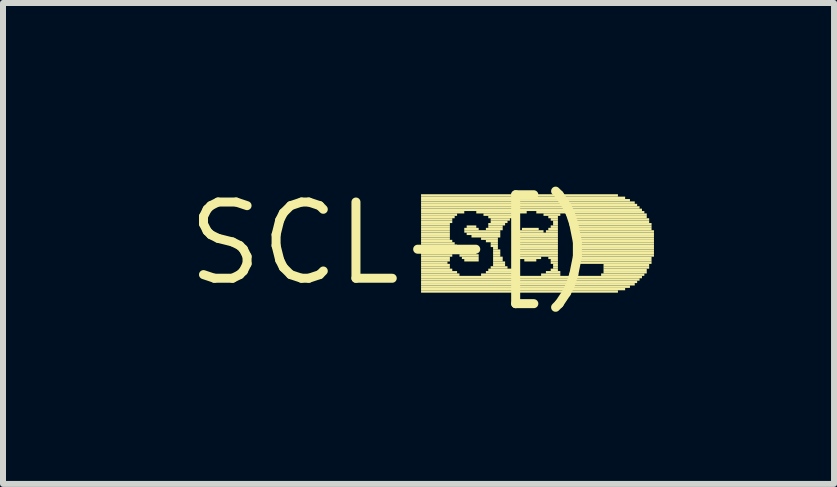
<source format=kicad_pcb>
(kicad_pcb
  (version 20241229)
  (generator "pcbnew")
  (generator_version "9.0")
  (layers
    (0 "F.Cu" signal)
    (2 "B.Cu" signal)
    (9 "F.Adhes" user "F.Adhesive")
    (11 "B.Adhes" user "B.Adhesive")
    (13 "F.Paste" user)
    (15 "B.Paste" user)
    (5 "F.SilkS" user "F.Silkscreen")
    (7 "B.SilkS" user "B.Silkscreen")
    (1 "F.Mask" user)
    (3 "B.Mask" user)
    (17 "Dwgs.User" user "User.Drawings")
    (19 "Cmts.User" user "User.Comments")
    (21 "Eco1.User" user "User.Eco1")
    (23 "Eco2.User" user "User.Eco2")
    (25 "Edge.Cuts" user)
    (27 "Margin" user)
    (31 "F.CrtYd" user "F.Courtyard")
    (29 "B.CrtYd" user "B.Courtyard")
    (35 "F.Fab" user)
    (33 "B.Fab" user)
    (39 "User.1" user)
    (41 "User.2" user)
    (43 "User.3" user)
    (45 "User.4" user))
  (footprint "SCL-[)"
    (layer "F.Cu")
    (at 3.485 1.006)
    (property "Reference" "SCL-[)" (at 0 0 0) (layer "F.SilkS") (effects (font (size 1.27 1.27) (thickness 0.15))))
    (fp_poly (pts (xy 0.48 -0.78) (xy 3.76 -0.78) (xy 3.76 -0.82) (xy 0.48 -0.82)) (stroke (width 0) (type default)) (fill yes) (layer "F.SilkS"))
    (fp_poly (pts (xy 0.48 -0.74) (xy 3.88 -0.74) (xy 3.88 -0.78) (xy 0.48 -0.78)) (stroke (width 0) (type default)) (fill yes) (layer "F.SilkS"))
    (fp_poly (pts (xy 0.48 -0.7) (xy 3.96 -0.7) (xy 3.96 -0.74) (xy 0.48 -0.74)) (stroke (width 0) (type default)) (fill yes) (layer "F.SilkS"))
    (fp_poly (pts (xy 0.48 -0.66) (xy 4.04 -0.66) (xy 4.04 -0.7) (xy 0.48 -0.7)) (stroke (width 0) (type default)) (fill yes) (layer "F.SilkS"))
    (fp_poly (pts (xy 0.48 -0.62) (xy 4.08 -0.62) (xy 4.08 -0.66) (xy 0.48 -0.66)) (stroke (width 0) (type default)) (fill yes) (layer "F.SilkS"))
    (fp_poly (pts (xy 0.48 -0.58) (xy 4.12 -0.58) (xy 4.12 -0.62) (xy 0.48 -0.62)) (stroke (width 0) (type default)) (fill yes) (layer "F.SilkS"))
    (fp_poly (pts (xy 0.48 -0.54) (xy 4.16 -0.54) (xy 4.16 -0.58) (xy 0.48 -0.58)) (stroke (width 0) (type default)) (fill yes) (layer "F.SilkS"))
    (fp_poly (pts (xy 0.48 -0.5) (xy 1.2 -0.5) (xy 1.2 -0.54) (xy 0.48 -0.54)) (stroke (width 0) (type default)) (fill yes) (layer "F.SilkS"))
    (fp_poly (pts (xy 0.48 -0.46) (xy 1.08 -0.46) (xy 1.08 -0.5) (xy 0.48 -0.5)) (stroke (width 0) (type default)) (fill yes) (layer "F.SilkS"))
    (fp_poly (pts (xy 0.48 -0.42) (xy 1.04 -0.42) (xy 1.04 -0.46) (xy 0.48 -0.46)) (stroke (width 0) (type default)) (fill yes) (layer "F.SilkS"))
    (fp_poly (pts (xy 0.48 -0.38) (xy 1 -0.38) (xy 1 -0.42) (xy 0.48 -0.42)) (stroke (width 0) (type default)) (fill yes) (layer "F.SilkS"))
    (fp_poly (pts (xy 0.48 -0.34) (xy 1 -0.34) (xy 1 -0.38) (xy 0.48 -0.38)) (stroke (width 0) (type default)) (fill yes) (layer "F.SilkS"))
    (fp_poly (pts (xy 0.48 -0.3) (xy 0.96 -0.3) (xy 0.96 -0.34) (xy 0.48 -0.34)) (stroke (width 0) (type default)) (fill yes) (layer "F.SilkS"))
    (fp_poly (pts (xy 0.48 -0.26) (xy 0.96 -0.26) (xy 0.96 -0.3) (xy 0.48 -0.3)) (stroke (width 0) (type default)) (fill yes) (layer "F.SilkS"))
    (fp_poly (pts (xy 0.48 -0.22) (xy 0.96 -0.22) (xy 0.96 -0.26) (xy 0.48 -0.26)) (stroke (width 0) (type default)) (fill yes) (layer "F.SilkS"))
    (fp_poly (pts (xy 0.48 -0.18) (xy 0.96 -0.18) (xy 0.96 -0.22) (xy 0.48 -0.22)) (stroke (width 0) (type default)) (fill yes) (layer "F.SilkS"))
    (fp_poly (pts (xy 0.48 -0.14) (xy 0.96 -0.14) (xy 0.96 -0.18) (xy 0.48 -0.18)) (stroke (width 0) (type default)) (fill yes) (layer "F.SilkS"))
    (fp_poly (pts (xy 0.48 -0.1) (xy 0.96 -0.1) (xy 0.96 -0.14) (xy 0.48 -0.14)) (stroke (width 0) (type default)) (fill yes) (layer "F.SilkS"))
    (fp_poly (pts (xy 0.48 -0.06) (xy 0.96 -0.06) (xy 0.96 -0.1) (xy 0.48 -0.1)) (stroke (width 0) (type default)) (fill yes) (layer "F.SilkS"))
    (fp_poly (pts (xy 0.48 -0.02) (xy 1 -0.02) (xy 1 -0.06) (xy 0.48 -0.06)) (stroke (width 0) (type default)) (fill yes) (layer "F.SilkS"))
    (fp_poly (pts (xy 0.48 0.02) (xy 1.04 0.02) (xy 1.04 -0.02) (xy 0.48 -0.02)) (stroke (width 0) (type default)) (fill yes) (layer "F.SilkS"))
    (fp_poly (pts (xy 0.48 0.06) (xy 1.08 0.06) (xy 1.08 0.02) (xy 0.48 0.02)) (stroke (width 0) (type default)) (fill yes) (layer "F.SilkS"))
    (fp_poly (pts (xy 0.48 0.1) (xy 1.16 0.1) (xy 1.16 0.06) (xy 0.48 0.06)) (stroke (width 0) (type default)) (fill yes) (layer "F.SilkS"))
    (fp_poly (pts (xy 0.48 0.14) (xy 1.32 0.14) (xy 1.32 0.1) (xy 0.48 0.1)) (stroke (width 0) (type default)) (fill yes) (layer "F.SilkS"))
    (fp_poly (pts (xy 0.48 0.18) (xy 1.4 0.18) (xy 1.4 0.14) (xy 0.48 0.14)) (stroke (width 0) (type default)) (fill yes) (layer "F.SilkS"))
    (fp_poly (pts (xy 0.48 0.22) (xy 1 0.22) (xy 1 0.18) (xy 0.48 0.18)) (stroke (width 0) (type default)) (fill yes) (layer "F.SilkS"))
    (fp_poly (pts (xy 0.48 0.26) (xy 0.96 0.26) (xy 0.96 0.22) (xy 0.48 0.22)) (stroke (width 0) (type default)) (fill yes) (layer "F.SilkS"))
    (fp_poly (pts (xy 0.48 0.3) (xy 0.96 0.3) (xy 0.96 0.26) (xy 0.48 0.26)) (stroke (width 0) (type default)) (fill yes) (layer "F.SilkS"))
    (fp_poly (pts (xy 0.48 0.34) (xy 0.92 0.34) (xy 0.92 0.3) (xy 0.48 0.3)) (stroke (width 0) (type default)) (fill yes) (layer "F.SilkS"))
    (fp_poly (pts (xy 0.48 0.38) (xy 0.96 0.38) (xy 0.96 0.34) (xy 0.48 0.34)) (stroke (width 0) (type default)) (fill yes) (layer "F.SilkS"))
    (fp_poly (pts (xy 0.48 0.42) (xy 0.96 0.42) (xy 0.96 0.38) (xy 0.48 0.38)) (stroke (width 0) (type default)) (fill yes) (layer "F.SilkS"))
    (fp_poly (pts (xy 0.48 0.46) (xy 1 0.46) (xy 1 0.42) (xy 0.48 0.42)) (stroke (width 0) (type default)) (fill yes) (layer "F.SilkS"))
    (fp_poly (pts (xy 0.48 0.5) (xy 1.08 0.5) (xy 1.08 0.46) (xy 0.48 0.46)) (stroke (width 0) (type default)) (fill yes) (layer "F.SilkS"))
    (fp_poly (pts (xy 0.48 0.54) (xy 1.12 0.54) (xy 1.12 0.5) (xy 0.48 0.5)) (stroke (width 0) (type default)) (fill yes) (layer "F.SilkS"))
    (fp_poly (pts (xy 0.48 0.58) (xy 4.16 0.58) (xy 4.16 0.54) (xy 0.48 0.54)) (stroke (width 0) (type default)) (fill yes) (layer "F.SilkS"))
    (fp_poly (pts (xy 0.48 0.62) (xy 4.12 0.62) (xy 4.12 0.58) (xy 0.48 0.58)) (stroke (width 0) (type default)) (fill yes) (layer "F.SilkS"))
    (fp_poly (pts (xy 0.48 0.66) (xy 4.08 0.66) (xy 4.08 0.62) (xy 0.48 0.62)) (stroke (width 0) (type default)) (fill yes) (layer "F.SilkS"))
    (fp_poly (pts (xy 0.48 0.7) (xy 4.04 0.7) (xy 4.04 0.66) (xy 0.48 0.66)) (stroke (width 0) (type default)) (fill yes) (layer "F.SilkS"))
    (fp_poly (pts (xy 0.48 0.74) (xy 3.96 0.74) (xy 3.96 0.7) (xy 0.48 0.7)) (stroke (width 0) (type default)) (fill yes) (layer "F.SilkS"))
    (fp_poly (pts (xy 0.48 0.78) (xy 3.88 0.78) (xy 3.88 0.74) (xy 0.48 0.74)) (stroke (width 0) (type default)) (fill yes) (layer "F.SilkS"))
    (fp_poly (pts (xy 0.48 0.82) (xy 3.76 0.82) (xy 3.76 0.78) (xy 0.48 0.78)) (stroke (width 0) (type default)) (fill yes) (layer "F.SilkS"))
    (fp_poly (pts (xy 1.12 0.22) (xy 1.44 0.22) (xy 1.44 0.18) (xy 1.12 0.18)) (stroke (width 0) (type default)) (fill yes) (layer "F.SilkS"))
    (fp_poly (pts (xy 1.16 0.26) (xy 1.44 0.26) (xy 1.44 0.22) (xy 1.16 0.22)) (stroke (width 0) (type default)) (fill yes) (layer "F.SilkS"))
    (fp_poly (pts (xy 1.2 -0.22) (xy 1.44 -0.22) (xy 1.44 -0.26) (xy 1.2 -0.26)) (stroke (width 0) (type default)) (fill yes) (layer "F.SilkS"))
    (fp_poly (pts (xy 1.2 -0.18) (xy 1.8 -0.18) (xy 1.8 -0.22) (xy 1.2 -0.22)) (stroke (width 0) (type default)) (fill yes) (layer "F.SilkS"))
    (fp_poly (pts (xy 1.2 0.3) (xy 1.44 0.3) (xy 1.44 0.26) (xy 1.2 0.26)) (stroke (width 0) (type default)) (fill yes) (layer "F.SilkS"))
    (fp_poly (pts (xy 1.24 -0.26) (xy 1.4 -0.26) (xy 1.4 -0.3) (xy 1.24 -0.3)) (stroke (width 0) (type default)) (fill yes) (layer "F.SilkS"))
    (fp_poly (pts (xy 1.24 -0.14) (xy 1.8 -0.14) (xy 1.8 -0.18) (xy 1.24 -0.18)) (stroke (width 0) (type default)) (fill yes) (layer "F.SilkS"))
    (fp_poly (pts (xy 1.32 -0.1) (xy 1.8 -0.1) (xy 1.8 -0.14) (xy 1.32 -0.14)) (stroke (width 0) (type default)) (fill yes) (layer "F.SilkS"))
    (fp_poly (pts (xy 1.4 -0.5) (xy 2.24 -0.5) (xy 2.24 -0.54) (xy 1.4 -0.54)) (stroke (width 0) (type default)) (fill yes) (layer "F.SilkS"))
    (fp_poly (pts (xy 1.48 -0.06) (xy 1.76 -0.06) (xy 1.76 -0.1) (xy 1.48 -0.1)) (stroke (width 0) (type default)) (fill yes) (layer "F.SilkS"))
    (fp_poly (pts (xy 1.48 0.54) (xy 2.12 0.54) (xy 2.12 0.5) (xy 1.48 0.5)) (stroke (width 0) (type default)) (fill yes) (layer "F.SilkS"))
    (fp_poly (pts (xy 1.52 -0.46) (xy 2.12 -0.46) (xy 2.12 -0.5) (xy 1.52 -0.5)) (stroke (width 0) (type default)) (fill yes) (layer "F.SilkS"))
    (fp_poly (pts (xy 1.56 -0.22) (xy 1.84 -0.22) (xy 1.84 -0.26) (xy 1.56 -0.26)) (stroke (width 0) (type default)) (fill yes) (layer "F.SilkS"))
    (fp_poly (pts (xy 1.56 -0.02) (xy 1.76 -0.02) (xy 1.76 -0.06) (xy 1.56 -0.06)) (stroke (width 0) (type default)) (fill yes) (layer "F.SilkS"))
    (fp_poly (pts (xy 1.56 0.5) (xy 2.04 0.5) (xy 2.04 0.46) (xy 1.56 0.46)) (stroke (width 0) (type default)) (fill yes) (layer "F.SilkS"))
    (fp_poly (pts (xy 1.6 -0.42) (xy 2.04 -0.42) (xy 2.04 -0.46) (xy 1.6 -0.46)) (stroke (width 0) (type default)) (fill yes) (layer "F.SilkS"))
    (fp_poly (pts (xy 1.6 -0.3) (xy 1.88 -0.3) (xy 1.88 -0.34) (xy 1.6 -0.34)) (stroke (width 0) (type default)) (fill yes) (layer "F.SilkS"))
    (fp_poly (pts (xy 1.6 -0.26) (xy 1.84 -0.26) (xy 1.84 -0.3) (xy 1.6 -0.3)) (stroke (width 0) (type default)) (fill yes) (layer "F.SilkS"))
    (fp_poly (pts (xy 1.6 0.46) (xy 2 0.46) (xy 2 0.42) (xy 1.6 0.42)) (stroke (width 0) (type default)) (fill yes) (layer "F.SilkS"))
    (fp_poly (pts (xy 1.64 -0.38) (xy 1.96 -0.38) (xy 1.96 -0.42) (xy 1.64 -0.42)) (stroke (width 0) (type default)) (fill yes) (layer "F.SilkS"))
    (fp_poly (pts (xy 1.64 -0.34) (xy 1.92 -0.34) (xy 1.92 -0.38) (xy 1.64 -0.38)) (stroke (width 0) (type default)) (fill yes) (layer "F.SilkS"))
    (fp_poly (pts (xy 1.64 0.02) (xy 1.76 0.02) (xy 1.76 -0.02) (xy 1.64 -0.02)) (stroke (width 0) (type default)) (fill yes) (layer "F.SilkS"))
    (fp_poly (pts (xy 1.64 0.06) (xy 1.76 0.06) (xy 1.76 0.02) (xy 1.64 0.02)) (stroke (width 0) (type default)) (fill yes) (layer "F.SilkS"))
    (fp_poly (pts (xy 1.64 0.42) (xy 1.92 0.42) (xy 1.92 0.38) (xy 1.64 0.38)) (stroke (width 0) (type default)) (fill yes) (layer "F.SilkS"))
    (fp_poly (pts (xy 1.68 0.1) (xy 1.76 0.1) (xy 1.76 0.06) (xy 1.68 0.06)) (stroke (width 0) (type default)) (fill yes) (layer "F.SilkS"))
    (fp_poly (pts (xy 1.68 0.14) (xy 1.8 0.14) (xy 1.8 0.1) (xy 1.68 0.1)) (stroke (width 0) (type default)) (fill yes) (layer "F.SilkS"))
    (fp_poly (pts (xy 1.68 0.18) (xy 1.8 0.18) (xy 1.8 0.14) (xy 1.68 0.14)) (stroke (width 0) (type default)) (fill yes) (layer "F.SilkS"))
    (fp_poly (pts (xy 1.68 0.22) (xy 1.8 0.22) (xy 1.8 0.18) (xy 1.68 0.18)) (stroke (width 0) (type default)) (fill yes) (layer "F.SilkS"))
    (fp_poly (pts (xy 1.68 0.26) (xy 1.84 0.26) (xy 1.84 0.22) (xy 1.68 0.22)) (stroke (width 0) (type default)) (fill yes) (layer "F.SilkS"))
    (fp_poly (pts (xy 1.68 0.3) (xy 1.84 0.3) (xy 1.84 0.26) (xy 1.68 0.26)) (stroke (width 0) (type default)) (fill yes) (layer "F.SilkS"))
    (fp_poly (pts (xy 1.68 0.34) (xy 1.88 0.34) (xy 1.88 0.3) (xy 1.68 0.3)) (stroke (width 0) (type default)) (fill yes) (layer "F.SilkS"))
    (fp_poly (pts (xy 1.68 0.38) (xy 1.88 0.38) (xy 1.88 0.34) (xy 1.68 0.34)) (stroke (width 0) (type default)) (fill yes) (layer "F.SilkS"))
    (fp_poly (pts (xy 2.04 -0.1) (xy 2.76 -0.1) (xy 2.76 -0.14) (xy 2.04 -0.14)) (stroke (width 0) (type default)) (fill yes) (layer "F.SilkS"))
    (fp_poly (pts (xy 2.04 -0.06) (xy 2.76 -0.06) (xy 2.76 -0.1) (xy 2.04 -0.1)) (stroke (width 0) (type default)) (fill yes) (layer "F.SilkS"))
    (fp_poly (pts (xy 2.04 -0.02) (xy 2.76 -0.02) (xy 2.76 -0.06) (xy 2.04 -0.06)) (stroke (width 0) (type default)) (fill yes) (layer "F.SilkS"))
    (fp_poly (pts (xy 2.04 0.02) (xy 2.76 0.02) (xy 2.76 -0.02) (xy 2.04 -0.02)) (stroke (width 0) (type default)) (fill yes) (layer "F.SilkS"))
    (fp_poly (pts (xy 2.04 0.06) (xy 2.76 0.06) (xy 2.76 0.02) (xy 2.04 0.02)) (stroke (width 0) (type default)) (fill yes) (layer "F.SilkS"))
    (fp_poly (pts (xy 2.04 0.1) (xy 2.76 0.1) (xy 2.76 0.06) (xy 2.04 0.06)) (stroke (width 0) (type default)) (fill yes) (layer "F.SilkS"))
    (fp_poly (pts (xy 2.04 0.14) (xy 2.76 0.14) (xy 2.76 0.1) (xy 2.04 0.1)) (stroke (width 0) (type default)) (fill yes) (layer "F.SilkS"))
    (fp_poly (pts (xy 2.04 0.18) (xy 2.76 0.18) (xy 2.76 0.14) (xy 2.04 0.14)) (stroke (width 0) (type default)) (fill yes) (layer "F.SilkS"))
    (fp_poly (pts (xy 2.08 -0.14) (xy 2.76 -0.14) (xy 2.76 -0.18) (xy 2.08 -0.18)) (stroke (width 0) (type default)) (fill yes) (layer "F.SilkS"))
    (fp_poly (pts (xy 2.08 0.22) (xy 2.76 0.22) (xy 2.76 0.18) (xy 2.08 0.18)) (stroke (width 0) (type default)) (fill yes) (layer "F.SilkS"))
    (fp_poly (pts (xy 2.12 -0.18) (xy 2.52 -0.18) (xy 2.52 -0.22) (xy 2.12 -0.22)) (stroke (width 0) (type default)) (fill yes) (layer "F.SilkS"))
    (fp_poly (pts (xy 2.12 0.26) (xy 2.48 0.26) (xy 2.48 0.22) (xy 2.12 0.22)) (stroke (width 0) (type default)) (fill yes) (layer "F.SilkS"))
    (fp_poly (pts (xy 2.16 -0.22) (xy 2.44 -0.22) (xy 2.44 -0.26) (xy 2.16 -0.26)) (stroke (width 0) (type default)) (fill yes) (layer "F.SilkS"))
    (fp_poly (pts (xy 2.2 0.3) (xy 2.4 0.3) (xy 2.4 0.26) (xy 2.2 0.26)) (stroke (width 0) (type default)) (fill yes) (layer "F.SilkS"))
    (fp_poly (pts (xy 2.4 -0.5) (xy 4.2 -0.5) (xy 4.2 -0.54) (xy 2.4 -0.54)) (stroke (width 0) (type default)) (fill yes) (layer "F.SilkS"))
    (fp_poly (pts (xy 2.48 0.54) (xy 2.8 0.54) (xy 2.8 0.5) (xy 2.48 0.5)) (stroke (width 0) (type default)) (fill yes) (layer "F.SilkS"))
    (fp_poly (pts (xy 2.52 -0.46) (xy 2.8 -0.46) (xy 2.8 -0.5) (xy 2.52 -0.5)) (stroke (width 0) (type default)) (fill yes) (layer "F.SilkS"))
    (fp_poly (pts (xy 2.56 -0.18) (xy 2.76 -0.18) (xy 2.76 -0.22) (xy 2.56 -0.22)) (stroke (width 0) (type default)) (fill yes) (layer "F.SilkS"))
    (fp_poly (pts (xy 2.56 0.5) (xy 2.8 0.5) (xy 2.8 0.46) (xy 2.56 0.46)) (stroke (width 0) (type default)) (fill yes) (layer "F.SilkS"))
    (fp_poly (pts (xy 2.6 -0.42) (xy 2.76 -0.42) (xy 2.76 -0.46) (xy 2.6 -0.46)) (stroke (width 0) (type default)) (fill yes) (layer "F.SilkS"))
    (fp_poly (pts (xy 2.6 -0.22) (xy 2.76 -0.22) (xy 2.76 -0.26) (xy 2.6 -0.26)) (stroke (width 0) (type default)) (fill yes) (layer "F.SilkS"))
    (fp_poly (pts (xy 2.6 0.26) (xy 2.76 0.26) (xy 2.76 0.22) (xy 2.6 0.22)) (stroke (width 0) (type default)) (fill yes) (layer "F.SilkS"))
    (fp_poly (pts (xy 2.64 -0.38) (xy 2.76 -0.38) (xy 2.76 -0.42) (xy 2.64 -0.42)) (stroke (width 0) (type default)) (fill yes) (layer "F.SilkS"))
    (fp_poly (pts (xy 2.64 -0.26) (xy 2.76 -0.26) (xy 2.76 -0.3) (xy 2.64 -0.3)) (stroke (width 0) (type default)) (fill yes) (layer "F.SilkS"))
    (fp_poly (pts (xy 2.64 0.3) (xy 2.76 0.3) (xy 2.76 0.26) (xy 2.64 0.26)) (stroke (width 0) (type default)) (fill yes) (layer "F.SilkS"))
    (fp_poly (pts (xy 2.64 0.34) (xy 2.76 0.34) (xy 2.76 0.3) (xy 2.64 0.3)) (stroke (width 0) (type default)) (fill yes) (layer "F.SilkS"))
    (fp_poly (pts (xy 2.64 0.46) (xy 2.76 0.46) (xy 2.76 0.42) (xy 2.64 0.42)) (stroke (width 0) (type default)) (fill yes) (layer "F.SilkS"))
    (fp_poly (pts (xy 2.68 -0.34) (xy 2.76 -0.34) (xy 2.76 -0.38) (xy 2.68 -0.38)) (stroke (width 0) (type default)) (fill yes) (layer "F.SilkS"))
    (fp_poly (pts (xy 2.68 -0.3) (xy 2.76 -0.3) (xy 2.76 -0.34) (xy 2.68 -0.34)) (stroke (width 0) (type default)) (fill yes) (layer "F.SilkS"))
    (fp_poly (pts (xy 2.68 0.38) (xy 2.76 0.38) (xy 2.76 0.34) (xy 2.68 0.34)) (stroke (width 0) (type default)) (fill yes) (layer "F.SilkS"))
    (fp_poly (pts (xy 2.68 0.42) (xy 2.76 0.42) (xy 2.76 0.38) (xy 2.68 0.38)) (stroke (width 0) (type default)) (fill yes) (layer "F.SilkS"))
    (fp_poly (pts (xy 3 -0.46) (xy 4.24 -0.46) (xy 4.24 -0.5) (xy 3 -0.5)) (stroke (width 0) (type default)) (fill yes) (layer "F.SilkS"))
    (fp_poly (pts (xy 3 -0.42) (xy 4.24 -0.42) (xy 4.24 -0.46) (xy 3 -0.46)) (stroke (width 0) (type default)) (fill yes) (layer "F.SilkS"))
    (fp_poly (pts (xy 3.04 -0.38) (xy 4.28 -0.38) (xy 4.28 -0.42) (xy 3.04 -0.42)) (stroke (width 0) (type default)) (fill yes) (layer "F.SilkS"))
    (fp_poly (pts (xy 3.04 -0.34) (xy 4.28 -0.34) (xy 4.28 -0.38) (xy 3.04 -0.38)) (stroke (width 0) (type default)) (fill yes) (layer "F.SilkS"))
    (fp_poly (pts (xy 3.04 -0.3) (xy 4.32 -0.3) (xy 4.32 -0.34) (xy 3.04 -0.34)) (stroke (width 0) (type default)) (fill yes) (layer "F.SilkS"))
    (fp_poly (pts (xy 3.04 -0.26) (xy 4.32 -0.26) (xy 4.32 -0.3) (xy 3.04 -0.3)) (stroke (width 0) (type default)) (fill yes) (layer "F.SilkS"))
    (fp_poly (pts (xy 3.04 -0.22) (xy 4.32 -0.22) (xy 4.32 -0.26) (xy 3.04 -0.26)) (stroke (width 0) (type default)) (fill yes) (layer "F.SilkS"))
    (fp_poly (pts (xy 3.04 -0.18) (xy 4.36 -0.18) (xy 4.36 -0.22) (xy 3.04 -0.22)) (stroke (width 0) (type default)) (fill yes) (layer "F.SilkS"))
    (fp_poly (pts (xy 3.04 -0.14) (xy 4.36 -0.14) (xy 4.36 -0.18) (xy 3.04 -0.18)) (stroke (width 0) (type default)) (fill yes) (layer "F.SilkS"))
    (fp_poly (pts (xy 3.04 -0.1) (xy 4.36 -0.1) (xy 4.36 -0.14) (xy 3.04 -0.14)) (stroke (width 0) (type default)) (fill yes) (layer "F.SilkS"))
    (fp_poly (pts (xy 3.04 -0.06) (xy 4.36 -0.06) (xy 4.36 -0.1) (xy 3.04 -0.1)) (stroke (width 0) (type default)) (fill yes) (layer "F.SilkS"))
    (fp_poly (pts (xy 3.04 -0.02) (xy 4.36 -0.02) (xy 4.36 -0.06) (xy 3.04 -0.06)) (stroke (width 0) (type default)) (fill yes) (layer "F.SilkS"))
    (fp_poly (pts (xy 3.04 0.02) (xy 4.36 0.02) (xy 4.36 -0.02) (xy 3.04 -0.02)) (stroke (width 0) (type default)) (fill yes) (layer "F.SilkS"))
    (fp_poly (pts (xy 3.04 0.06) (xy 4.36 0.06) (xy 4.36 0.02) (xy 3.04 0.02)) (stroke (width 0) (type default)) (fill yes) (layer "F.SilkS"))
    (fp_poly (pts (xy 3.04 0.1) (xy 4.36 0.1) (xy 4.36 0.06) (xy 3.04 0.06)) (stroke (width 0) (type default)) (fill yes) (layer "F.SilkS"))
    (fp_poly (pts (xy 3.04 0.14) (xy 4.36 0.14) (xy 4.36 0.1) (xy 3.04 0.1)) (stroke (width 0) (type default)) (fill yes) (layer "F.SilkS"))
    (fp_poly (pts (xy 3.04 0.18) (xy 4.36 0.18) (xy 4.36 0.14) (xy 3.04 0.14)) (stroke (width 0) (type default)) (fill yes) (layer "F.SilkS"))
    (fp_poly (pts (xy 3.04 0.22) (xy 4.36 0.22) (xy 4.36 0.18) (xy 3.04 0.18)) (stroke (width 0) (type default)) (fill yes) (layer "F.SilkS"))
    (fp_poly (pts (xy 3.04 0.26) (xy 4.32 0.26) (xy 4.32 0.22) (xy 3.04 0.22)) (stroke (width 0) (type default)) (fill yes) (layer "F.SilkS"))
    (fp_poly (pts (xy 3.04 0.3) (xy 4.32 0.3) (xy 4.32 0.26) (xy 3.04 0.26)) (stroke (width 0) (type default)) (fill yes) (layer "F.SilkS"))
    (fp_poly (pts (xy 3.04 0.34) (xy 4.32 0.34) (xy 4.32 0.3) (xy 3.04 0.3)) (stroke (width 0) (type default)) (fill yes) (layer "F.SilkS"))
    (fp_poly (pts (xy 3.48 0.54) (xy 4.2 0.54) (xy 4.2 0.5) (xy 3.48 0.5)) (stroke (width 0) (type default)) (fill yes) (layer "F.SilkS"))
    (fp_poly (pts (xy 3.52 0.38) (xy 4.28 0.38) (xy 4.28 0.34) (xy 3.52 0.34)) (stroke (width 0) (type default)) (fill yes) (layer "F.SilkS"))
    (fp_poly (pts (xy 3.52 0.42) (xy 4.28 0.42) (xy 4.28 0.38) (xy 3.52 0.38)) (stroke (width 0) (type default)) (fill yes) (layer "F.SilkS"))
    (fp_poly (pts (xy 3.52 0.46) (xy 4.24 0.46) (xy 4.24 0.42) (xy 3.52 0.42)) (stroke (width 0) (type default)) (fill yes) (layer "F.SilkS"))
    (fp_poly (pts (xy 3.52 0.5) (xy 4.24 0.5) (xy 4.24 0.46) (xy 3.52 0.46)) (stroke (width 0) (type default)) (fill yes) (layer "F.SilkS")))
  (gr_rect
    (start -3 -3)
    (end 10.845 5.012)
    (stroke (width 0.1) (type default))
    (fill no)
    (layer "Edge.Cuts")))
</source>
